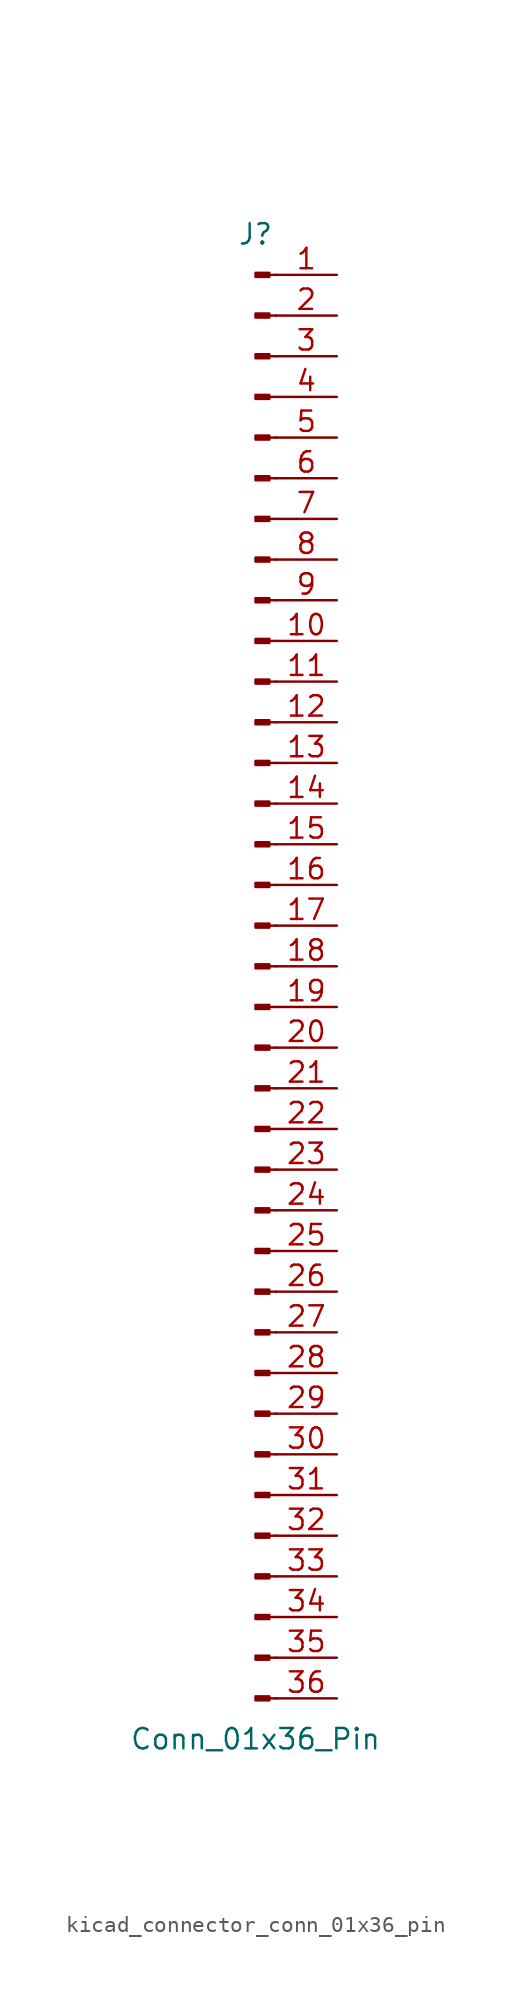
<source format=kicad_sym>
(kicad_symbol_lib
  (version 20220914)
  (generator kicad_symbol_editor)
  (symbol "kicad_connector_conn_01x36_pin"
    (pin_names
      (offset 1.016) hide)
    (property "Reference" "J"
      (at 0 45.72 0)
      (effects (font (size 1.27 1.27))))
    (property "Value" "Conn_01x36_Pin"
      (at 0 -48.26 0)
      (effects (font (size 1.27 1.27))))
    (property "ki_locked" ""
      (at 0 0 0)
      (effects (font (size 1.27 1.27))))
    (symbol "kicad_connector_conn_01x36_pin_1_1"
      (polyline (pts (xy 1.27 -45.72) (xy 0.864 -45.72)) (stroke (width 0.152) (type default)) (fill (type none)))
      (polyline (pts (xy 1.27 -43.18) (xy 0.864 -43.18)) (stroke (width 0.152) (type default)) (fill (type none)))
      (polyline (pts (xy 1.27 -40.64) (xy 0.864 -40.64)) (stroke (width 0.152) (type default)) (fill (type none)))
      (polyline (pts (xy 1.27 -38.1) (xy 0.864 -38.1)) (stroke (width 0.152) (type default)) (fill (type none)))
      (polyline (pts (xy 1.27 -35.56) (xy 0.864 -35.56)) (stroke (width 0.152) (type default)) (fill (type none)))
      (polyline (pts (xy 1.27 -33.02) (xy 0.864 -33.02)) (stroke (width 0.152) (type default)) (fill (type none)))
      (polyline (pts (xy 1.27 -30.48) (xy 0.864 -30.48)) (stroke (width 0.152) (type default)) (fill (type none)))
      (polyline (pts (xy 1.27 -27.94) (xy 0.864 -27.94)) (stroke (width 0.152) (type default)) (fill (type none)))
      (polyline (pts (xy 1.27 -25.4) (xy 0.864 -25.4)) (stroke (width 0.152) (type default)) (fill (type none)))
      (polyline (pts (xy 1.27 -22.86) (xy 0.864 -22.86)) (stroke (width 0.152) (type default)) (fill (type none)))
      (polyline (pts (xy 1.27 -20.32) (xy 0.864 -20.32)) (stroke (width 0.152) (type default)) (fill (type none)))
      (polyline (pts (xy 1.27 -17.78) (xy 0.864 -17.78)) (stroke (width 0.152) (type default)) (fill (type none)))
      (polyline (pts (xy 1.27 -15.24) (xy 0.864 -15.24)) (stroke (width 0.152) (type default)) (fill (type none)))
      (polyline (pts (xy 1.27 -12.7) (xy 0.864 -12.7)) (stroke (width 0.152) (type default)) (fill (type none)))
      (polyline (pts (xy 1.27 -10.16) (xy 0.864 -10.16)) (stroke (width 0.152) (type default)) (fill (type none)))
      (polyline (pts (xy 1.27 -7.62) (xy 0.864 -7.62)) (stroke (width 0.152) (type default)) (fill (type none)))
      (polyline (pts (xy 1.27 -5.08) (xy 0.864 -5.08)) (stroke (width 0.152) (type default)) (fill (type none)))
      (polyline (pts (xy 1.27 -2.54) (xy 0.864 -2.54)) (stroke (width 0.152) (type default)) (fill (type none)))
      (polyline (pts (xy 1.27 0) (xy 0.864 0)) (stroke (width 0.152) (type default)) (fill (type none)))
      (polyline (pts (xy 1.27 2.54) (xy 0.864 2.54)) (stroke (width 0.152) (type default)) (fill (type none)))
      (polyline (pts (xy 1.27 5.08) (xy 0.864 5.08)) (stroke (width 0.152) (type default)) (fill (type none)))
      (polyline (pts (xy 1.27 7.62) (xy 0.864 7.62)) (stroke (width 0.152) (type default)) (fill (type none)))
      (polyline (pts (xy 1.27 10.16) (xy 0.864 10.16)) (stroke (width 0.152) (type default)) (fill (type none)))
      (polyline (pts (xy 1.27 12.7) (xy 0.864 12.7)) (stroke (width 0.152) (type default)) (fill (type none)))
      (polyline (pts (xy 1.27 15.24) (xy 0.864 15.24)) (stroke (width 0.152) (type default)) (fill (type none)))
      (polyline (pts (xy 1.27 17.78) (xy 0.864 17.78)) (stroke (width 0.152) (type default)) (fill (type none)))
      (polyline (pts (xy 1.27 20.32) (xy 0.864 20.32)) (stroke (width 0.152) (type default)) (fill (type none)))
      (polyline (pts (xy 1.27 22.86) (xy 0.864 22.86)) (stroke (width 0.152) (type default)) (fill (type none)))
      (polyline (pts (xy 1.27 25.4) (xy 0.864 25.4)) (stroke (width 0.152) (type default)) (fill (type none)))
      (polyline (pts (xy 1.27 27.94) (xy 0.864 27.94)) (stroke (width 0.152) (type default)) (fill (type none)))
      (polyline (pts (xy 1.27 30.48) (xy 0.864 30.48)) (stroke (width 0.152) (type default)) (fill (type none)))
      (polyline (pts (xy 1.27 33.02) (xy 0.864 33.02)) (stroke (width 0.152) (type default)) (fill (type none)))
      (polyline (pts (xy 1.27 35.56) (xy 0.864 35.56)) (stroke (width 0.152) (type default)) (fill (type none)))
      (polyline (pts (xy 1.27 38.1) (xy 0.864 38.1)) (stroke (width 0.152) (type default)) (fill (type none)))
      (polyline (pts (xy 1.27 40.64) (xy 0.864 40.64)) (stroke (width 0.152) (type default)) (fill (type none)))
      (polyline (pts (xy 1.27 43.18) (xy 0.864 43.18)) (stroke (width 0.152) (type default)) (fill (type none)))
      (rectangle (start 0.864 -45.593) (end 0 -45.847) (stroke (width 0.152) (type default)) (fill (type outline)))
      (rectangle (start 0.864 -43.053) (end 0 -43.307) (stroke (width 0.152) (type default)) (fill (type outline)))
      (rectangle (start 0.864 -40.513) (end 0 -40.767) (stroke (width 0.152) (type default)) (fill (type outline)))
      (rectangle (start 0.864 -37.973) (end 0 -38.227) (stroke (width 0.152) (type default)) (fill (type outline)))
      (rectangle (start 0.864 -35.433) (end 0 -35.687) (stroke (width 0.152) (type default)) (fill (type outline)))
      (rectangle (start 0.864 -32.893) (end 0 -33.147) (stroke (width 0.152) (type default)) (fill (type outline)))
      (rectangle (start 0.864 -30.353) (end 0 -30.607) (stroke (width 0.152) (type default)) (fill (type outline)))
      (rectangle (start 0.864 -27.813) (end 0 -28.067) (stroke (width 0.152) (type default)) (fill (type outline)))
      (rectangle (start 0.864 -25.273) (end 0 -25.527) (stroke (width 0.152) (type default)) (fill (type outline)))
      (rectangle (start 0.864 -22.733) (end 0 -22.987) (stroke (width 0.152) (type default)) (fill (type outline)))
      (rectangle (start 0.864 -20.193) (end 0 -20.447) (stroke (width 0.152) (type default)) (fill (type outline)))
      (rectangle (start 0.864 -17.653) (end 0 -17.907) (stroke (width 0.152) (type default)) (fill (type outline)))
      (rectangle (start 0.864 -15.113) (end 0 -15.367) (stroke (width 0.152) (type default)) (fill (type outline)))
      (rectangle (start 0.864 -12.573) (end 0 -12.827) (stroke (width 0.152) (type default)) (fill (type outline)))
      (rectangle (start 0.864 -10.033) (end 0 -10.287) (stroke (width 0.152) (type default)) (fill (type outline)))
      (rectangle (start 0.864 -7.493) (end 0 -7.747) (stroke (width 0.152) (type default)) (fill (type outline)))
      (rectangle (start 0.864 -4.953) (end 0 -5.207) (stroke (width 0.152) (type default)) (fill (type outline)))
      (rectangle (start 0.864 -2.413) (end 0 -2.667) (stroke (width 0.152) (type default)) (fill (type outline)))
      (rectangle (start 0.864 0.127) (end 0 -0.127) (stroke (width 0.152) (type default)) (fill (type outline)))
      (rectangle (start 0.864 2.667) (end 0 2.413) (stroke (width 0.152) (type default)) (fill (type outline)))
      (rectangle (start 0.864 5.207) (end 0 4.953) (stroke (width 0.152) (type default)) (fill (type outline)))
      (rectangle (start 0.864 7.747) (end 0 7.493) (stroke (width 0.152) (type default)) (fill (type outline)))
      (rectangle (start 0.864 10.287) (end 0 10.033) (stroke (width 0.152) (type default)) (fill (type outline)))
      (rectangle (start 0.864 12.827) (end 0 12.573) (stroke (width 0.152) (type default)) (fill (type outline)))
      (rectangle (start 0.864 15.367) (end 0 15.113) (stroke (width 0.152) (type default)) (fill (type outline)))
      (rectangle (start 0.864 17.907) (end 0 17.653) (stroke (width 0.152) (type default)) (fill (type outline)))
      (rectangle (start 0.864 20.447) (end 0 20.193) (stroke (width 0.152) (type default)) (fill (type outline)))
      (rectangle (start 0.864 22.987) (end 0 22.733) (stroke (width 0.152) (type default)) (fill (type outline)))
      (rectangle (start 0.864 25.527) (end 0 25.273) (stroke (width 0.152) (type default)) (fill (type outline)))
      (rectangle (start 0.864 28.067) (end 0 27.813) (stroke (width 0.152) (type default)) (fill (type outline)))
      (rectangle (start 0.864 30.607) (end 0 30.353) (stroke (width 0.152) (type default)) (fill (type outline)))
      (rectangle (start 0.864 33.147) (end 0 32.893) (stroke (width 0.152) (type default)) (fill (type outline)))
      (rectangle (start 0.864 35.687) (end 0 35.433) (stroke (width 0.152) (type default)) (fill (type outline)))
      (rectangle (start 0.864 38.227) (end 0 37.973) (stroke (width 0.152) (type default)) (fill (type outline)))
      (rectangle (start 0.864 40.767) (end 0 40.513) (stroke (width 0.152) (type default)) (fill (type outline)))
      (rectangle (start 0.864 43.307) (end 0 43.053) (stroke (width 0.152) (type default)) (fill (type outline)))
      (pin passive line (at 5.08 43.18 180) (length 3.81) (name "Pin_1" (effects (font (size 1.27 1.27)))) (number "1" (effects (font (size 1.27 1.27)))))
      (pin passive line (at 5.08 20.32 180) (length 3.81) (name "Pin_10" (effects (font (size 1.27 1.27)))) (number "10" (effects (font (size 1.27 1.27)))))
      (pin passive line (at 5.08 17.78 180) (length 3.81) (name "Pin_11" (effects (font (size 1.27 1.27)))) (number "11" (effects (font (size 1.27 1.27)))))
      (pin passive line (at 5.08 15.24 180) (length 3.81) (name "Pin_12" (effects (font (size 1.27 1.27)))) (number "12" (effects (font (size 1.27 1.27)))))
      (pin passive line (at 5.08 12.7 180) (length 3.81) (name "Pin_13" (effects (font (size 1.27 1.27)))) (number "13" (effects (font (size 1.27 1.27)))))
      (pin passive line (at 5.08 10.16 180) (length 3.81) (name "Pin_14" (effects (font (size 1.27 1.27)))) (number "14" (effects (font (size 1.27 1.27)))))
      (pin passive line (at 5.08 7.62 180) (length 3.81) (name "Pin_15" (effects (font (size 1.27 1.27)))) (number "15" (effects (font (size 1.27 1.27)))))
      (pin passive line (at 5.08 5.08 180) (length 3.81) (name "Pin_16" (effects (font (size 1.27 1.27)))) (number "16" (effects (font (size 1.27 1.27)))))
      (pin passive line (at 5.08 2.54 180) (length 3.81) (name "Pin_17" (effects (font (size 1.27 1.27)))) (number "17" (effects (font (size 1.27 1.27)))))
      (pin passive line (at 5.08 0 180) (length 3.81) (name "Pin_18" (effects (font (size 1.27 1.27)))) (number "18" (effects (font (size 1.27 1.27)))))
      (pin passive line (at 5.08 -2.54 180) (length 3.81) (name "Pin_19" (effects (font (size 1.27 1.27)))) (number "19" (effects (font (size 1.27 1.27)))))
      (pin passive line (at 5.08 40.64 180) (length 3.81) (name "Pin_2" (effects (font (size 1.27 1.27)))) (number "2" (effects (font (size 1.27 1.27)))))
      (pin passive line (at 5.08 -5.08 180) (length 3.81) (name "Pin_20" (effects (font (size 1.27 1.27)))) (number "20" (effects (font (size 1.27 1.27)))))
      (pin passive line (at 5.08 -7.62 180) (length 3.81) (name "Pin_21" (effects (font (size 1.27 1.27)))) (number "21" (effects (font (size 1.27 1.27)))))
      (pin passive line (at 5.08 -10.16 180) (length 3.81) (name "Pin_22" (effects (font (size 1.27 1.27)))) (number "22" (effects (font (size 1.27 1.27)))))
      (pin passive line (at 5.08 -12.7 180) (length 3.81) (name "Pin_23" (effects (font (size 1.27 1.27)))) (number "23" (effects (font (size 1.27 1.27)))))
      (pin passive line (at 5.08 -15.24 180) (length 3.81) (name "Pin_24" (effects (font (size 1.27 1.27)))) (number "24" (effects (font (size 1.27 1.27)))))
      (pin passive line (at 5.08 -17.78 180) (length 3.81) (name "Pin_25" (effects (font (size 1.27 1.27)))) (number "25" (effects (font (size 1.27 1.27)))))
      (pin passive line (at 5.08 -20.32 180) (length 3.81) (name "Pin_26" (effects (font (size 1.27 1.27)))) (number "26" (effects (font (size 1.27 1.27)))))
      (pin passive line (at 5.08 -22.86 180) (length 3.81) (name "Pin_27" (effects (font (size 1.27 1.27)))) (number "27" (effects (font (size 1.27 1.27)))))
      (pin passive line (at 5.08 -25.4 180) (length 3.81) (name "Pin_28" (effects (font (size 1.27 1.27)))) (number "28" (effects (font (size 1.27 1.27)))))
      (pin passive line (at 5.08 -27.94 180) (length 3.81) (name "Pin_29" (effects (font (size 1.27 1.27)))) (number "29" (effects (font (size 1.27 1.27)))))
      (pin passive line (at 5.08 38.1 180) (length 3.81) (name "Pin_3" (effects (font (size 1.27 1.27)))) (number "3" (effects (font (size 1.27 1.27)))))
      (pin passive line (at 5.08 -30.48 180) (length 3.81) (name "Pin_30" (effects (font (size 1.27 1.27)))) (number "30" (effects (font (size 1.27 1.27)))))
      (pin passive line (at 5.08 -33.02 180) (length 3.81) (name "Pin_31" (effects (font (size 1.27 1.27)))) (number "31" (effects (font (size 1.27 1.27)))))
      (pin passive line (at 5.08 -35.56 180) (length 3.81) (name "Pin_32" (effects (font (size 1.27 1.27)))) (number "32" (effects (font (size 1.27 1.27)))))
      (pin passive line (at 5.08 -38.1 180) (length 3.81) (name "Pin_33" (effects (font (size 1.27 1.27)))) (number "33" (effects (font (size 1.27 1.27)))))
      (pin passive line (at 5.08 -40.64 180) (length 3.81) (name "Pin_34" (effects (font (size 1.27 1.27)))) (number "34" (effects (font (size 1.27 1.27)))))
      (pin passive line (at 5.08 -43.18 180) (length 3.81) (name "Pin_35" (effects (font (size 1.27 1.27)))) (number "35" (effects (font (size 1.27 1.27)))))
      (pin passive line (at 5.08 -45.72 180) (length 3.81) (name "Pin_36" (effects (font (size 1.27 1.27)))) (number "36" (effects (font (size 1.27 1.27)))))
      (pin passive line (at 5.08 35.56 180) (length 3.81) (name "Pin_4" (effects (font (size 1.27 1.27)))) (number "4" (effects (font (size 1.27 1.27)))))
      (pin passive line (at 5.08 33.02 180) (length 3.81) (name "Pin_5" (effects (font (size 1.27 1.27)))) (number "5" (effects (font (size 1.27 1.27)))))
      (pin passive line (at 5.08 30.48 180) (length 3.81) (name "Pin_6" (effects (font (size 1.27 1.27)))) (number "6" (effects (font (size 1.27 1.27)))))
      (pin passive line (at 5.08 27.94 180) (length 3.81) (name "Pin_7" (effects (font (size 1.27 1.27)))) (number "7" (effects (font (size 1.27 1.27)))))
      (pin passive line (at 5.08 25.4 180) (length 3.81) (name "Pin_8" (effects (font (size 1.27 1.27)))) (number "8" (effects (font (size 1.27 1.27)))))
      (pin passive line (at 5.08 22.86 180) (length 3.81) (name "Pin_9" (effects (font (size 1.27 1.27)))) (number "9" (effects (font (size 1.27 1.27))))))))
</source>
